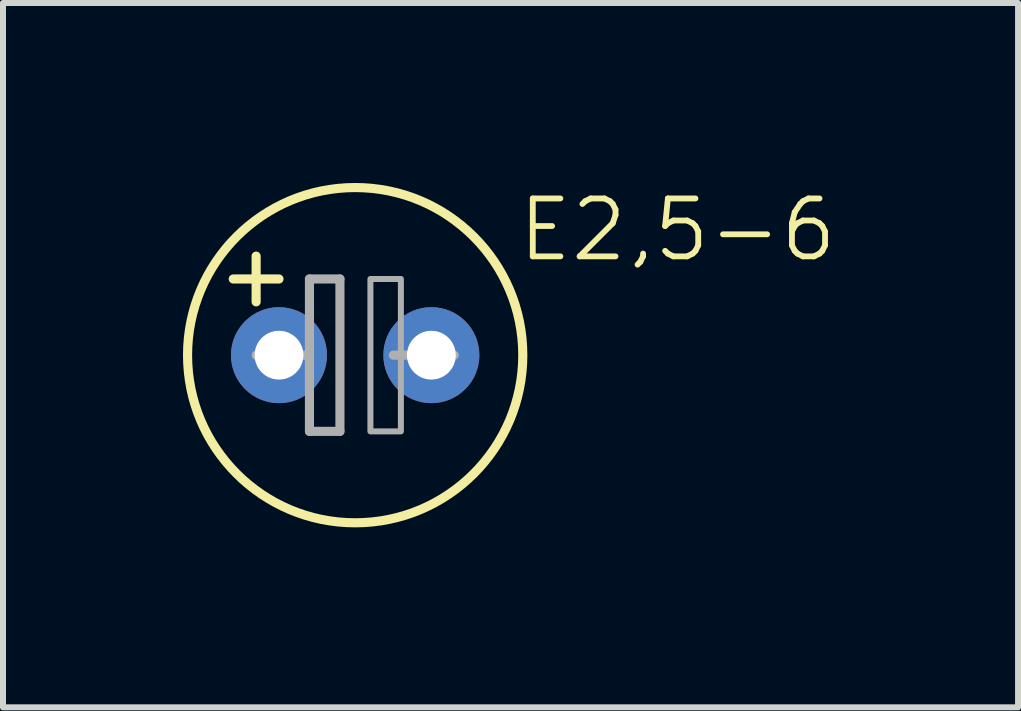
<source format=kicad_pcb>
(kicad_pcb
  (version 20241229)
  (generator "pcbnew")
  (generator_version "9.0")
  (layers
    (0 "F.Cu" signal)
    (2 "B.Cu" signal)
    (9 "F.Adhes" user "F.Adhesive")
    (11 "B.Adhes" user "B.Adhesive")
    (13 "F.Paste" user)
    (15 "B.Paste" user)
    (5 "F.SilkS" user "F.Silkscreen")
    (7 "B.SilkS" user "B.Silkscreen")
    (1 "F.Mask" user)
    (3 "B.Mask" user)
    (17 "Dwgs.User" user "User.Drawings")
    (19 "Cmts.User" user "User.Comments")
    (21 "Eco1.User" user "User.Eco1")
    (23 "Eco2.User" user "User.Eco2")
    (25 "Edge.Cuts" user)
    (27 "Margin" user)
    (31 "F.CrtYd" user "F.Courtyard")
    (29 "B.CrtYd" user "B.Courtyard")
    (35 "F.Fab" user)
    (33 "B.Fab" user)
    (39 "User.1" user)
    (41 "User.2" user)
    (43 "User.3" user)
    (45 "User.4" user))
  (footprint "E2,5-6"
    (layer "F.Cu")
    (at 2.87 2.87)
    (property "Reference" "E2,5-6" (at 2.667 -1.524 180) (layer "F.SilkS") (effects (font (size 0.965 0.965) (thickness 0.097)) (justify left bottom)))
    (attr through_hole)
    (fp_line (start -2.032 -1.27) (end -1.651 -1.27) (stroke (width 0.152) (type solid)) (layer "F.SilkS"))
    (fp_line (start -1.651 -1.27) (end -1.651 -1.651) (stroke (width 0.152) (type solid)) (layer "F.SilkS"))
    (fp_line (start -1.651 -1.27) (end -1.27 -1.27) (stroke (width 0.152) (type solid)) (layer "F.SilkS"))
    (fp_line (start -1.651 -0.889) (end -1.651 -1.27) (stroke (width 0.152) (type solid)) (layer "F.SilkS"))
    (fp_circle (center 0 0) (end 2.794 0) (stroke (width 0.152) (type solid)) (fill no) (layer "F.SilkS"))
    (fp_line (start -1.651 0) (end -0.762 0) (stroke (width 0.152) (type solid)) (layer "F.Fab"))
    (fp_line (start -0.762 -1.27) (end -0.762 0) (stroke (width 0.152) (type solid)) (layer "F.Fab"))
    (fp_line (start -0.762 0) (end -0.762 1.27) (stroke (width 0.152) (type solid)) (layer "F.Fab"))
    (fp_line (start -0.762 1.27) (end -0.254 1.27) (stroke (width 0.152) (type solid)) (layer "F.Fab"))
    (fp_line (start -0.254 -1.27) (end -0.762 -1.27) (stroke (width 0.152) (type solid)) (layer "F.Fab"))
    (fp_line (start -0.254 1.27) (end -0.254 -1.27) (stroke (width 0.152) (type solid)) (layer "F.Fab"))
    (fp_line (start 0.635 0) (end 1.651 0) (stroke (width 0.152) (type solid)) (layer "F.Fab"))
    (fp_poly (pts (xy 0.254 1.27) (xy 0.762 1.27) (xy 0.762 -1.27) (xy 0.254 -1.27)) (stroke (width 0.1) (type solid)) (fill no) (layer "F.Fab"))
    (pad "+" thru_hole circle (at -1.27 0) (size 1.6 1.6) (drill 0.813) (layers "*.Cu" "*.Mask"))
    (pad "-" thru_hole circle (at 1.27 0) (size 1.6 1.6) (drill 0.813) (layers "*.Cu" "*.Mask")))
  (gr_rect
    (start -3 -3)
    (end 13.919 8.74)
    (stroke (width 0.1) (type default))
    (fill no)
    (layer "Edge.Cuts")))
</source>
